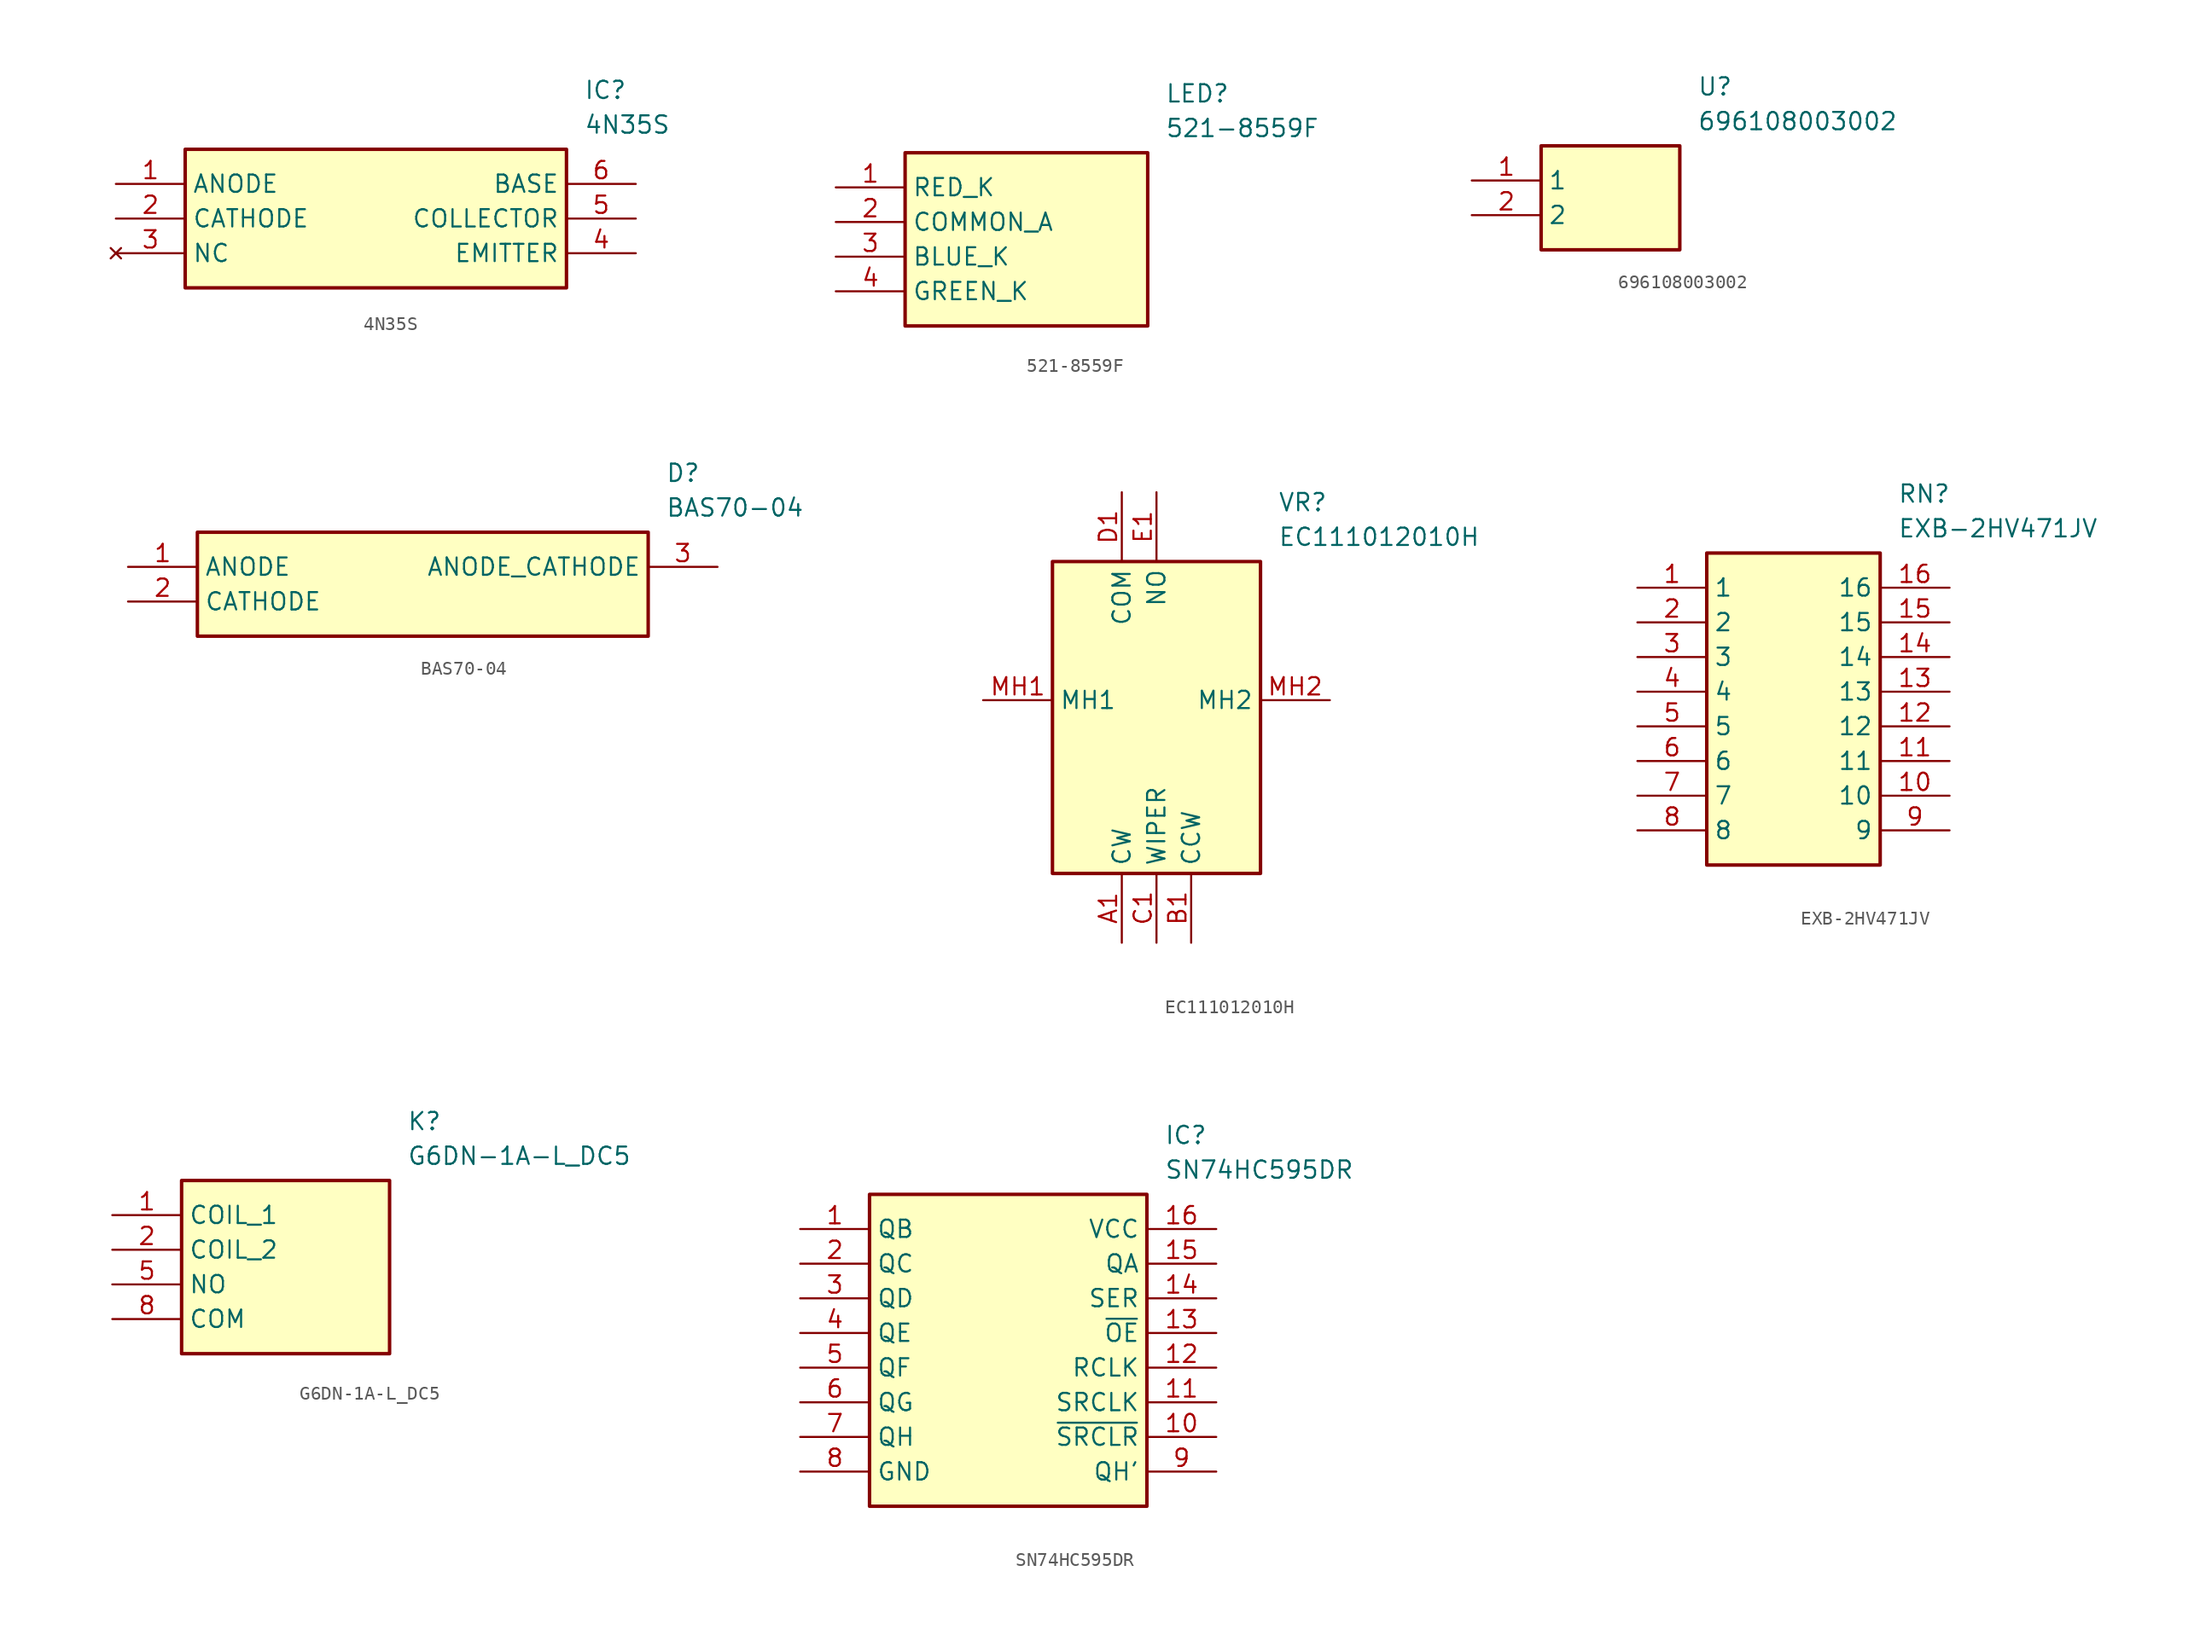
<source format=kicad_sym>
(kicad_symbol_lib
  (version 20231120)
  (generator "kicad_symbol_editor")
  (generator_version "8.0")
  (symbol "4N35S"
    (property "Reference" "IC"
      (at 34.29 7.62 0)
      (effects (font (size 1.27 1.27)) (justify left top)))
    (property "Value" "4N35S"
      (at 34.29 5.08 0)
      (effects (font (size 1.27 1.27)) (justify left top)))
    (rectangle
      (start 5.08 2.54)
      (end 33.02 -7.62)
      (stroke (width 0.254) (type default))
      (fill (type background)))
    (pin passive line
      (at 0 0 0)
      (length 5.08)
      (name "ANODE" (effects (font (size 1.27 1.27))))
      (number "1" (effects (font (size 1.27 1.27)))))
    (pin passive line
      (at 0 -2.54 0)
      (length 5.08)
      (name "CATHODE" (effects (font (size 1.27 1.27))))
      (number "2" (effects (font (size 1.27 1.27)))))
    (pin no_connect line
      (at 0 -5.08 0)
      (length 5.08)
      (name "NC" (effects (font (size 1.27 1.27))))
      (number "3" (effects (font (size 1.27 1.27)))))
    (pin passive line
      (at 38.1 -5.08 180)
      (length 5.08)
      (name "EMITTER" (effects (font (size 1.27 1.27))))
      (number "4" (effects (font (size 1.27 1.27)))))
    (pin passive line
      (at 38.1 -2.54 180)
      (length 5.08)
      (name "COLLECTOR" (effects (font (size 1.27 1.27))))
      (number "5" (effects (font (size 1.27 1.27)))))
    (pin passive line
      (at 38.1 0 180)
      (length 5.08)
      (name "BASE" (effects (font (size 1.27 1.27))))
      (number "6" (effects (font (size 1.27 1.27))))))
  (symbol "521-8559F"
    (property "Reference" "LED"
      (at 24.13 7.62 0)
      (effects (font (size 1.27 1.27)) (justify left top)))
    (property "Value" "521-8559F"
      (at 24.13 5.08 0)
      (effects (font (size 1.27 1.27)) (justify left top)))
    (rectangle
      (start 5.08 2.54)
      (end 22.86 -10.16)
      (stroke (width 0.254) (type default))
      (fill (type background)))
    (pin passive line
      (at 0 0 0)
      (length 5.08)
      (name "RED_K" (effects (font (size 1.27 1.27))))
      (number "1" (effects (font (size 1.27 1.27)))))
    (pin passive line
      (at 0 -2.54 0)
      (length 5.08)
      (name "COMMON_A" (effects (font (size 1.27 1.27))))
      (number "2" (effects (font (size 1.27 1.27)))))
    (pin passive line
      (at 0 -5.08 0)
      (length 5.08)
      (name "BLUE_K" (effects (font (size 1.27 1.27))))
      (number "3" (effects (font (size 1.27 1.27)))))
    (pin passive line
      (at 0 -7.62 0)
      (length 5.08)
      (name "GREEN_K" (effects (font (size 1.27 1.27))))
      (number "4" (effects (font (size 1.27 1.27))))))
  (symbol "696108003002"
    (property "Reference" "U"
      (at 16.51 7.62 0)
      (effects (font (size 1.27 1.27)) (justify left top)))
    (property "Value" "696108003002"
      (at 16.51 5.08 0)
      (effects (font (size 1.27 1.27)) (justify left top)))
    (rectangle
      (start 5.08 2.54)
      (end 15.24 -5.08)
      (stroke (width 0.254) (type default))
      (fill (type background)))
    (pin passive line
      (at 0 0 0)
      (length 5.08)
      (name "1" (effects (font (size 1.27 1.27))))
      (number "1" (effects (font (size 1.27 1.27)))))
    (pin passive line
      (at 0 -2.54 0)
      (length 5.08)
      (name "2" (effects (font (size 1.27 1.27))))
      (number "2" (effects (font (size 1.27 1.27))))))
  (symbol "BAS70-04"
    (property "Reference" "D"
      (at 39.37 7.62 0)
      (effects (font (size 1.27 1.27)) (justify left top)))
    (property "Value" "BAS70-04"
      (at 39.37 5.08 0)
      (effects (font (size 1.27 1.27)) (justify left top)))
    (rectangle
      (start 5.08 2.54)
      (end 38.1 -5.08)
      (stroke (width 0.254) (type default))
      (fill (type background)))
    (pin passive line
      (at 0 0 0)
      (length 5.08)
      (name "ANODE" (effects (font (size 1.27 1.27))))
      (number "1" (effects (font (size 1.27 1.27)))))
    (pin passive line
      (at 0 -2.54 0)
      (length 5.08)
      (name "CATHODE" (effects (font (size 1.27 1.27))))
      (number "2" (effects (font (size 1.27 1.27)))))
    (pin passive line
      (at 43.18 0 180)
      (length 5.08)
      (name "ANODE_CATHODE" (effects (font (size 1.27 1.27))))
      (number "3" (effects (font (size 1.27 1.27))))))
  (symbol "EC111012010H"
    (property "Reference" "VR"
      (at 21.59 15.24 0)
      (effects (font (size 1.27 1.27)) (justify left top)))
    (property "Value" "EC111012010H"
      (at 21.59 12.7 0)
      (effects (font (size 1.27 1.27)) (justify left top)))
    (rectangle
      (start 5.08 10.16)
      (end 20.32 -12.7)
      (stroke (width 0.254) (type default))
      (fill (type background)))
    (pin passive line
      (at 10.16 -17.78 90)
      (length 5.08)
      (name "CW" (effects (font (size 1.27 1.27))))
      (number "A1" (effects (font (size 1.27 1.27)))))
    (pin passive line
      (at 15.24 -17.78 90)
      (length 5.08)
      (name "CCW" (effects (font (size 1.27 1.27))))
      (number "B1" (effects (font (size 1.27 1.27)))))
    (pin passive line
      (at 12.7 -17.78 90)
      (length 5.08)
      (name "WIPER" (effects (font (size 1.27 1.27))))
      (number "C1" (effects (font (size 1.27 1.27)))))
    (pin passive line
      (at 10.16 15.24 270)
      (length 5.08)
      (name "COM" (effects (font (size 1.27 1.27))))
      (number "D1" (effects (font (size 1.27 1.27)))))
    (pin passive line
      (at 12.7 15.24 270)
      (length 5.08)
      (name "NO" (effects (font (size 1.27 1.27))))
      (number "E1" (effects (font (size 1.27 1.27)))))
    (pin passive line
      (at 0 0 0)
      (length 5.08)
      (name "MH1" (effects (font (size 1.27 1.27))))
      (number "MH1" (effects (font (size 1.27 1.27)))))
    (pin passive line
      (at 25.4 0 180)
      (length 5.08)
      (name "MH2" (effects (font (size 1.27 1.27))))
      (number "MH2" (effects (font (size 1.27 1.27))))))
  (symbol "EXB-2HV471JV"
    (property "Reference" "RN"
      (at 19.05 7.62 0)
      (effects (font (size 1.27 1.27)) (justify left top)))
    (property "Value" "EXB-2HV471JV"
      (at 19.05 5.08 0)
      (effects (font (size 1.27 1.27)) (justify left top)))
    (rectangle
      (start 5.08 2.54)
      (end 17.78 -20.32)
      (stroke (width 0.254) (type default))
      (fill (type background)))
    (pin passive line
      (at 0 0 0)
      (length 5.08)
      (name "1" (effects (font (size 1.27 1.27))))
      (number "1" (effects (font (size 1.27 1.27)))))
    (pin passive line
      (at 0 -2.54 0)
      (length 5.08)
      (name "2" (effects (font (size 1.27 1.27))))
      (number "2" (effects (font (size 1.27 1.27)))))
    (pin passive line
      (at 0 -5.08 0)
      (length 5.08)
      (name "3" (effects (font (size 1.27 1.27))))
      (number "3" (effects (font (size 1.27 1.27)))))
    (pin passive line
      (at 0 -7.62 0)
      (length 5.08)
      (name "4" (effects (font (size 1.27 1.27))))
      (number "4" (effects (font (size 1.27 1.27)))))
    (pin passive line
      (at 0 -10.16 0)
      (length 5.08)
      (name "5" (effects (font (size 1.27 1.27))))
      (number "5" (effects (font (size 1.27 1.27)))))
    (pin passive line
      (at 0 -12.7 0)
      (length 5.08)
      (name "6" (effects (font (size 1.27 1.27))))
      (number "6" (effects (font (size 1.27 1.27)))))
    (pin passive line
      (at 0 -15.24 0)
      (length 5.08)
      (name "7" (effects (font (size 1.27 1.27))))
      (number "7" (effects (font (size 1.27 1.27)))))
    (pin passive line
      (at 0 -17.78 0)
      (length 5.08)
      (name "8" (effects (font (size 1.27 1.27))))
      (number "8" (effects (font (size 1.27 1.27)))))
    (pin passive line
      (at 22.86 -17.78 180)
      (length 5.08)
      (name "9" (effects (font (size 1.27 1.27))))
      (number "9" (effects (font (size 1.27 1.27)))))
    (pin passive line
      (at 22.86 -15.24 180)
      (length 5.08)
      (name "10" (effects (font (size 1.27 1.27))))
      (number "10" (effects (font (size 1.27 1.27)))))
    (pin passive line
      (at 22.86 -12.7 180)
      (length 5.08)
      (name "11" (effects (font (size 1.27 1.27))))
      (number "11" (effects (font (size 1.27 1.27)))))
    (pin passive line
      (at 22.86 -10.16 180)
      (length 5.08)
      (name "12" (effects (font (size 1.27 1.27))))
      (number "12" (effects (font (size 1.27 1.27)))))
    (pin passive line
      (at 22.86 -7.62 180)
      (length 5.08)
      (name "13" (effects (font (size 1.27 1.27))))
      (number "13" (effects (font (size 1.27 1.27)))))
    (pin passive line
      (at 22.86 -5.08 180)
      (length 5.08)
      (name "14" (effects (font (size 1.27 1.27))))
      (number "14" (effects (font (size 1.27 1.27)))))
    (pin passive line
      (at 22.86 -2.54 180)
      (length 5.08)
      (name "15" (effects (font (size 1.27 1.27))))
      (number "15" (effects (font (size 1.27 1.27)))))
    (pin passive line
      (at 22.86 0 180)
      (length 5.08)
      (name "16" (effects (font (size 1.27 1.27))))
      (number "16" (effects (font (size 1.27 1.27))))))
  (symbol "G6DN-1A-L_DC5"
    (property "Reference" "K"
      (at 21.59 7.62 0)
      (effects (font (size 1.27 1.27)) (justify left top)))
    (property "Value" "G6DN-1A-L_DC5"
      (at 21.59 5.08 0)
      (effects (font (size 1.27 1.27)) (justify left top)))
    (rectangle
      (start 5.08 2.54)
      (end 20.32 -10.16)
      (stroke (width 0.254) (type default))
      (fill (type background)))
    (pin passive line
      (at 0 0 0)
      (length 5.08)
      (name "COIL_1" (effects (font (size 1.27 1.27))))
      (number "1" (effects (font (size 1.27 1.27)))))
    (pin passive line
      (at 0 -2.54 0)
      (length 5.08)
      (name "COIL_2" (effects (font (size 1.27 1.27))))
      (number "2" (effects (font (size 1.27 1.27)))))
    (pin passive line
      (at 0 -5.08 0)
      (length 5.08)
      (name "NO" (effects (font (size 1.27 1.27))))
      (number "5" (effects (font (size 1.27 1.27)))))
    (pin passive line
      (at 0 -7.62 0)
      (length 5.08)
      (name "COM" (effects (font (size 1.27 1.27))))
      (number "8" (effects (font (size 1.27 1.27))))))
  (symbol "SN74HC595DR"
    (property "Reference" "IC"
      (at 26.67 7.62 0)
      (effects (font (size 1.27 1.27)) (justify left top)))
    (property "Value" "SN74HC595DR"
      (at 26.67 5.08 0)
      (effects (font (size 1.27 1.27)) (justify left top)))
    (rectangle
      (start 5.08 2.54)
      (end 25.4 -20.32)
      (stroke (width 0.254) (type default))
      (fill (type background)))
    (pin passive line
      (at 0 0 0)
      (length 5.08)
      (name "QB" (effects (font (size 1.27 1.27))))
      (number "1" (effects (font (size 1.27 1.27)))))
    (pin passive line
      (at 0 -2.54 0)
      (length 5.08)
      (name "QC" (effects (font (size 1.27 1.27))))
      (number "2" (effects (font (size 1.27 1.27)))))
    (pin passive line
      (at 0 -5.08 0)
      (length 5.08)
      (name "QD" (effects (font (size 1.27 1.27))))
      (number "3" (effects (font (size 1.27 1.27)))))
    (pin passive line
      (at 0 -7.62 0)
      (length 5.08)
      (name "QE" (effects (font (size 1.27 1.27))))
      (number "4" (effects (font (size 1.27 1.27)))))
    (pin passive line
      (at 0 -10.16 0)
      (length 5.08)
      (name "QF" (effects (font (size 1.27 1.27))))
      (number "5" (effects (font (size 1.27 1.27)))))
    (pin passive line
      (at 0 -12.7 0)
      (length 5.08)
      (name "QG" (effects (font (size 1.27 1.27))))
      (number "6" (effects (font (size 1.27 1.27)))))
    (pin passive line
      (at 0 -15.24 0)
      (length 5.08)
      (name "QH" (effects (font (size 1.27 1.27))))
      (number "7" (effects (font (size 1.27 1.27)))))
    (pin passive line
      (at 0 -17.78 0)
      (length 5.08)
      (name "GND" (effects (font (size 1.27 1.27))))
      (number "8" (effects (font (size 1.27 1.27)))))
    (pin passive line
      (at 30.48 0 180)
      (length 5.08)
      (name "VCC" (effects (font (size 1.27 1.27))))
      (number "16" (effects (font (size 1.27 1.27)))))
    (pin passive line
      (at 30.48 -2.54 180)
      (length 5.08)
      (name "QA" (effects (font (size 1.27 1.27))))
      (number "15" (effects (font (size 1.27 1.27)))))
    (pin passive line
      (at 30.48 -5.08 180)
      (length 5.08)
      (name "SER" (effects (font (size 1.27 1.27))))
      (number "14" (effects (font (size 1.27 1.27)))))
    (pin passive line
      (at 30.48 -7.62 180)
      (length 5.08)
      (name "~{OE}" (effects (font (size 1.27 1.27))))
      (number "13" (effects (font (size 1.27 1.27)))))
    (pin passive line
      (at 30.48 -10.16 180)
      (length 5.08)
      (name "RCLK" (effects (font (size 1.27 1.27))))
      (number "12" (effects (font (size 1.27 1.27)))))
    (pin passive line
      (at 30.48 -12.7 180)
      (length 5.08)
      (name "SRCLK" (effects (font (size 1.27 1.27))))
      (number "11" (effects (font (size 1.27 1.27)))))
    (pin passive line
      (at 30.48 -15.24 180)
      (length 5.08)
      (name "~{SRCLR}" (effects (font (size 1.27 1.27))))
      (number "10" (effects (font (size 1.27 1.27)))))
    (pin passive line
      (at 30.48 -17.78 180)
      (length 5.08)
      (name "QH'" (effects (font (size 1.27 1.27))))
      (number "9" (effects (font (size 1.27 1.27)))))))
</source>
